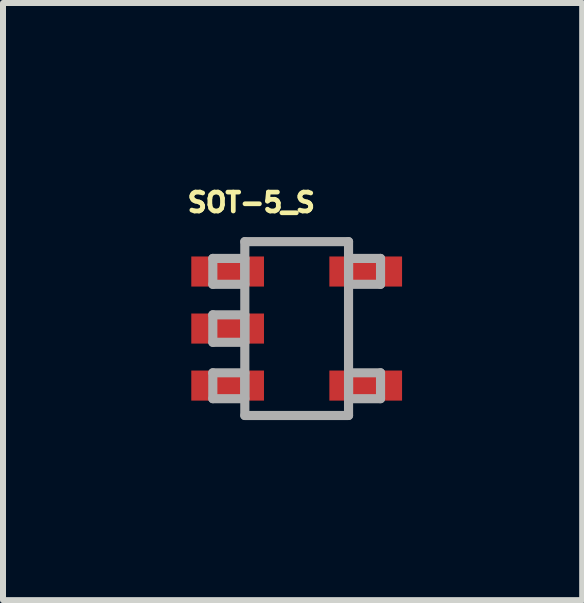
<source format=kicad_pcb>
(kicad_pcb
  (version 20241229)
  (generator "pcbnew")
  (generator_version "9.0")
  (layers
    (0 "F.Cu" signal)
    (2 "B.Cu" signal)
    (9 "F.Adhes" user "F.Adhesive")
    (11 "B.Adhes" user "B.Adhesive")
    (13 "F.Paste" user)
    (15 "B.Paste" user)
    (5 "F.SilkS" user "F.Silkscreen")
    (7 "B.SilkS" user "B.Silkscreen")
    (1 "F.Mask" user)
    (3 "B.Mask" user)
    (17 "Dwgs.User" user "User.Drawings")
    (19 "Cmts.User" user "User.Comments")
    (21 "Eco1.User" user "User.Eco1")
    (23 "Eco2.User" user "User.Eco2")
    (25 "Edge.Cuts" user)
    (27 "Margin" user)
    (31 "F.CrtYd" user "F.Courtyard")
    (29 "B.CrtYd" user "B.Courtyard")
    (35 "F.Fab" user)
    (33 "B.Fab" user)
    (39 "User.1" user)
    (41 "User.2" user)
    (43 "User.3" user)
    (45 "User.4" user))
  (footprint "SOT-5_S"
    (layer "F.Cu")
    (at 1.892 2.423)
    (property "Reference" "SOT-5_S" (at -0.756 -2.1 0) (layer "F.SilkS") (effects (font (size 0.315 0.315) (thickness 0.15))))
    (attr through_hole)
    (fp_line (start -1.397 -1.168) (end -1.397 -0.737) (stroke (width 0.152) (type solid)) (layer "F.Fab"))
    (fp_line (start -1.397 -0.737) (end -0.864 -0.737) (stroke (width 0.152) (type solid)) (layer "F.Fab"))
    (fp_line (start -1.397 -0.229) (end -1.397 0.229) (stroke (width 0.152) (type solid)) (layer "F.Fab"))
    (fp_line (start -1.397 0.229) (end -0.864 0.229) (stroke (width 0.152) (type solid)) (layer "F.Fab"))
    (fp_line (start -1.397 0.737) (end -1.397 1.168) (stroke (width 0.152) (type solid)) (layer "F.Fab"))
    (fp_line (start -1.397 1.168) (end -0.864 1.168) (stroke (width 0.152) (type solid)) (layer "F.Fab"))
    (fp_line (start -0.864 -1.448) (end -0.864 1.448) (stroke (width 0.152) (type solid)) (layer "F.Fab"))
    (fp_line (start -0.864 -1.168) (end -1.397 -1.168) (stroke (width 0.152) (type solid)) (layer "F.Fab"))
    (fp_line (start -0.864 -0.737) (end -0.864 -1.168) (stroke (width 0.152) (type solid)) (layer "F.Fab"))
    (fp_line (start -0.864 -0.229) (end -1.397 -0.229) (stroke (width 0.152) (type solid)) (layer "F.Fab"))
    (fp_line (start -0.864 0.229) (end -0.864 -0.229) (stroke (width 0.152) (type solid)) (layer "F.Fab"))
    (fp_line (start -0.864 0.737) (end -1.397 0.737) (stroke (width 0.152) (type solid)) (layer "F.Fab"))
    (fp_line (start -0.864 1.168) (end -0.864 0.737) (stroke (width 0.152) (type solid)) (layer "F.Fab"))
    (fp_line (start -0.864 1.448) (end 0.864 1.448) (stroke (width 0.152) (type solid)) (layer "F.Fab"))
    (fp_line (start 0.864 -1.448) (end -0.864 -1.448) (stroke (width 0.152) (type solid)) (layer "F.Fab"))
    (fp_line (start 0.864 -1.168) (end 0.864 -0.737) (stroke (width 0.152) (type solid)) (layer "F.Fab"))
    (fp_line (start 0.864 -0.737) (end 1.397 -0.737) (stroke (width 0.152) (type solid)) (layer "F.Fab"))
    (fp_line (start 0.864 0.737) (end 0.864 1.168) (stroke (width 0.152) (type solid)) (layer "F.Fab"))
    (fp_line (start 0.864 1.168) (end 1.397 1.168) (stroke (width 0.152) (type solid)) (layer "F.Fab"))
    (fp_line (start 0.864 1.448) (end 0.864 -1.448) (stroke (width 0.152) (type solid)) (layer "F.Fab"))
    (fp_line (start 1.397 -1.168) (end 0.864 -1.168) (stroke (width 0.152) (type solid)) (layer "F.Fab"))
    (fp_line (start 1.397 -0.737) (end 1.397 -1.168) (stroke (width 0.152) (type solid)) (layer "F.Fab"))
    (fp_line (start 1.397 0.737) (end 0.864 0.737) (stroke (width 0.152) (type solid)) (layer "F.Fab"))
    (fp_line (start 1.397 1.168) (end 1.397 0.737) (stroke (width 0.152) (type solid)) (layer "F.Fab"))
    (pad "1" smd rect (at -1.15 -0.95) (size 1.211 0.501) (layers "F.Cu" "F.Mask" "F.Paste"))
    (pad "2" smd rect (at -1.15 0) (size 1.211 0.501) (layers "F.Cu" "F.Mask" "F.Paste"))
    (pad "3" smd rect (at -1.15 0.95) (size 1.211 0.501) (layers "F.Cu" "F.Mask" "F.Paste"))
    (pad "4" smd rect (at 1.15 0.95) (size 1.211 0.501) (layers "F.Cu" "F.Mask" "F.Paste"))
    (pad "5" smd rect (at 1.15 -0.95) (size 1.211 0.501) (layers "F.Cu" "F.Mask" "F.Paste")))
  (gr_rect
    (start -3 -3)
    (end 6.648 6.947)
    (stroke (width 0.1) (type default))
    (fill no)
    (layer "Edge.Cuts")))
</source>
